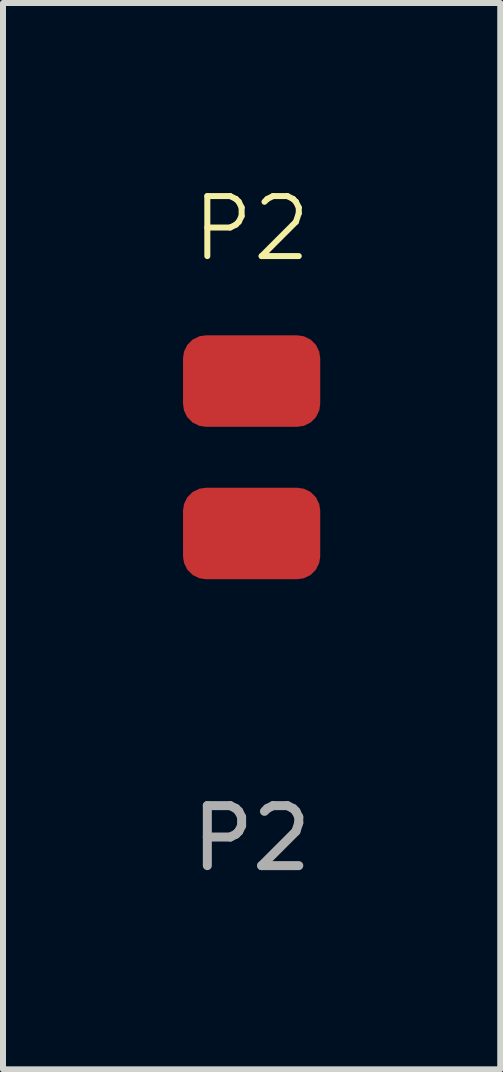
<source format=kicad_pcb>
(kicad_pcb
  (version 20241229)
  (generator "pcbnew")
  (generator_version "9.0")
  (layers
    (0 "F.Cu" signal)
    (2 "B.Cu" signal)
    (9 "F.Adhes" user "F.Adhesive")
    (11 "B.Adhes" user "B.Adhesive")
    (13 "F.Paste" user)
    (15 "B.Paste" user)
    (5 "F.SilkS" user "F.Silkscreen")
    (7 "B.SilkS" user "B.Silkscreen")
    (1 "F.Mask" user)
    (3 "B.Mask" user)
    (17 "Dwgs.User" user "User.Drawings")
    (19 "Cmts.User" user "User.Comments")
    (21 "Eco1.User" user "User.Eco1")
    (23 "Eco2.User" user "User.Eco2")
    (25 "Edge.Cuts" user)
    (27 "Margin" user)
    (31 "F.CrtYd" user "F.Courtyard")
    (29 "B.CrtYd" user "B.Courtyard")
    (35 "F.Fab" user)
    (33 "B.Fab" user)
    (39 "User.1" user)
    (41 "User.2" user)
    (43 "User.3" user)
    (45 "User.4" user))
  (footprint "P2"
    (layer "F.Cu")
    (at 1.143 5.84)
    (property "Reference" "P2" (at 0 -5.08 0) (unlocked yes) (layer "F.SilkS") (effects (font (size 1 1) (thickness 0.1))))
    (attr smd)
    (fp_text user "${REFERENCE}" (at 0 5.08 0) (unlocked yes) (layer "F.Fab") (effects (font (size 1 1) (thickness 0.15))))
    (pad "1" smd roundrect (at 0 0) (size 2.286 1.524) (layers "F.Cu" "F.Mask" "F.Paste") (roundrect_rratio 0.25))
    (pad "2" smd roundrect (at 0 -2.54) (size 2.286 1.524) (layers "F.Cu" "F.Mask" "F.Paste") (roundrect_rratio 0.25)))
  (gr_rect
    (start -3 -3)
    (end 5.286 14.769)
    (stroke (width 0.1) (type default))
    (fill no)
    (layer "Edge.Cuts")))
</source>
